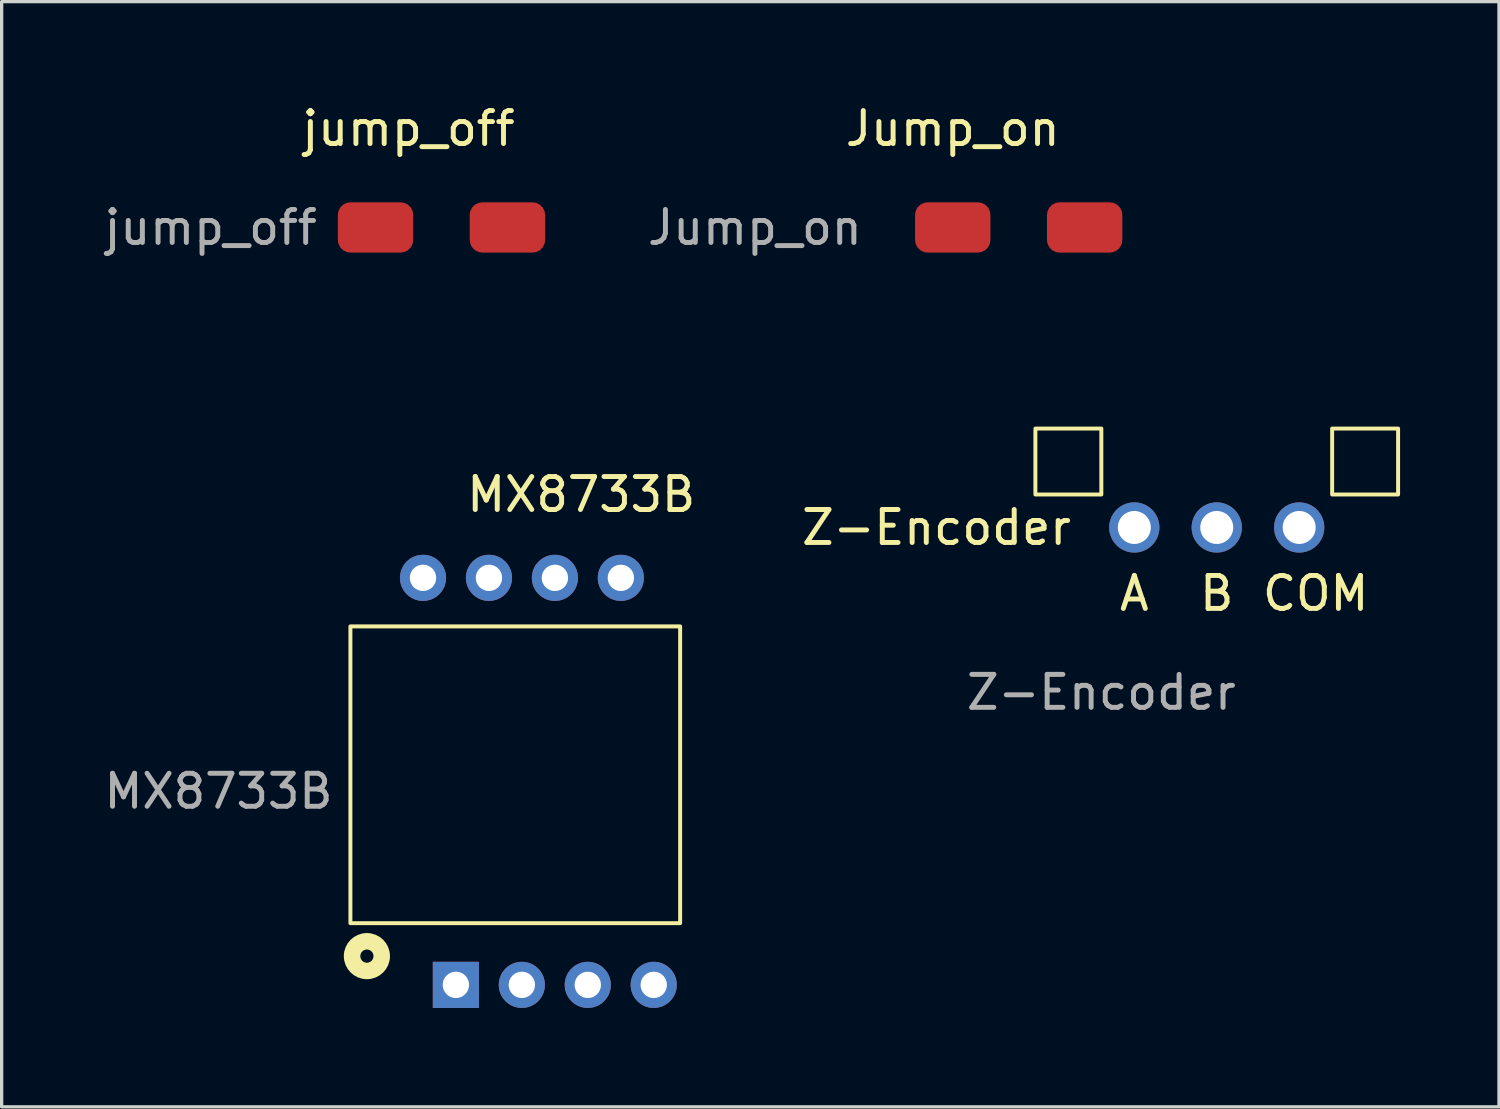
<source format=kicad_pcb>
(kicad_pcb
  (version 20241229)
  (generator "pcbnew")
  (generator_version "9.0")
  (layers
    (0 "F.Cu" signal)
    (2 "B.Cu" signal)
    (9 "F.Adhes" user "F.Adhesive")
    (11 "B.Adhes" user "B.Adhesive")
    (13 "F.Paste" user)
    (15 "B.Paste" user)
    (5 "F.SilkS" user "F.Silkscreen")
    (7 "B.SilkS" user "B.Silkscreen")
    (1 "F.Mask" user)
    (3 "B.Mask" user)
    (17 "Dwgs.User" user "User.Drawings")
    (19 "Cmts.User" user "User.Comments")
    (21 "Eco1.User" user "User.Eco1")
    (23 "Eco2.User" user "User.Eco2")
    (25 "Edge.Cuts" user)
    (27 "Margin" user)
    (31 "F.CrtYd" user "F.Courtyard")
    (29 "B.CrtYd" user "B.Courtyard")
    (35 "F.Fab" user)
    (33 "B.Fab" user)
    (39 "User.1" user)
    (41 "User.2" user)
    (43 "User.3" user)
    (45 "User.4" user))
  (footprint "Jump_on"
    (layer "F.Cu")
    (at 23.845 1.848)
    (property "Reference" "Jump_on" (at 2 -1 0) (unlocked yes) (layer "F.SilkS") (effects (font (size 1 1) (thickness 0.15))))
    (attr smd)
    (fp_text user "${REFERENCE}" (at -4 2 0) (unlocked yes) (layer "F.Fab") (effects (font (size 1 1) (thickness 0.15))))
    (pad "1" smd roundrect (at 2 2) (size 2.286 1.524) (layers "F.Cu" "F.Mask" "F.Paste") (roundrect_rratio 0.25))
    (pad "2" smd roundrect (at 6 2) (size 2.286 1.524) (layers "F.Cu" "F.Mask" "F.Paste") (roundrect_rratio 0.25)))
  (footprint "jump_off"
    (layer "F.Cu")
    (at 5.339 0.848)
    (property "Reference" "jump_off" (at 4 0 0) (unlocked yes) (layer "F.SilkS") (effects (font (size 1 1) (thickness 0.15))))
    (attr smd)
    (fp_text user "${REFERENCE}" (at -2 3 0) (unlocked yes) (layer "F.Fab") (effects (font (size 1 1) (thickness 0.15))))
    (pad "1" smd roundrect (at 3 3) (size 2.286 1.524) (layers "F.Cu" "F.Mask" "F.Paste") (roundrect_rratio 0.25))
    (pad "2" smd roundrect (at 7 3) (size 2.286 1.524) (layers "F.Cu" "F.Mask" "F.Paste") (roundrect_rratio 0.25)))
  (footprint "MX8733B"
    (layer "F.Cu")
    (at 0.577 7.947)
    (property "Reference" "MX8733B" (at 14 4 0) (unlocked yes) (layer "F.SilkS") (effects (font (size 1 1) (thickness 0.15))))
    (attr smd)
    (fp_rect (start 7 17) (end 17 8) (stroke (width 0.12) (type solid)) (fill no) (layer "F.SilkS"))
    (fp_circle (center 7.5 18) (end 7.7 18) (stroke (width 0.5) (type solid)) (fill no) (layer "F.SilkS"))
    (fp_circle (center 11 12.5) (end 14.162 12.5) (stroke (width 0.12) (type solid)) (fill no) (layer "Margin"))
    (fp_text user "${REFERENCE}" (at 3 13 0) (unlocked yes) (layer "F.Fab") (effects (font (size 1 1) (thickness 0.15))))
    (pad "1" thru_hole rect (at 10.199 18.872) (size 1.4 1.4) (drill 0.8) (layers "*.Cu" "*.Mask"))
    (pad "2" thru_hole circle (at 12.199 18.872) (size 1.4 1.4) (drill 0.8) (layers "*.Cu" "*.Mask"))
    (pad "3" thru_hole circle (at 14.199 18.872) (size 1.4 1.4) (drill 0.8) (layers "*.Cu" "*.Mask"))
    (pad "4" thru_hole circle (at 16.199 18.872) (size 1.4 1.4) (drill 0.8) (layers "*.Cu" "*.Mask"))
    (pad "5" thru_hole circle (at 15.202 6.528) (size 1.4 1.4) (drill 0.8) (layers "*.Cu" "*.Mask"))
    (pad "6" thru_hole circle (at 13.202 6.528) (size 1.4 1.4) (drill 0.8) (layers "*.Cu" "*.Mask"))
    (pad "7" thru_hole circle (at 11.202 6.528) (size 1.4 1.4) (drill 0.8) (layers "*.Cu" "*.Mask"))
    (pad "8" thru_hole circle (at 9.202 6.528) (size 1.4 1.4) (drill 0.8) (layers "*.Cu" "*.Mask")))
  (footprint "Z-Encoder"
    (layer "F.Cu")
    (at 27.351 7.947)
    (property "Reference" "Z-Encoder" (at -2 5 0) (unlocked yes) (layer "F.SilkS") (effects (font (size 1 1) (thickness 0.15))))
    (attr through_hole)
    (fp_rect (start 3 4) (end 1 2) (stroke (width 0.12) (type solid)) (fill no) (layer "F.SilkS"))
    (fp_rect (start 10 4) (end 12 2) (stroke (width 0.12) (type solid)) (fill no) (layer "F.SilkS"))
    (fp_text user "COM" (at 9.5 7 0) (unlocked yes) (layer "F.SilkS") (effects (font (size 1 1) (thickness 0.15))))
    (fp_text user "A" (at 4 7 0) (unlocked yes) (layer "F.SilkS") (effects (font (size 1 1) (thickness 0.15))))
    (fp_text user "B" (at 6.5 7 0) (unlocked yes) (layer "F.SilkS") (effects (font (size 1 1) (thickness 0.15))))
    (fp_text user "${REFERENCE}" (at 3 10 0) (unlocked yes) (layer "F.Fab") (effects (font (size 1 1) (thickness 0.15))))
    (pad "1" thru_hole circle (at 4 5) (size 1.524 1.524) (drill 1) (layers "*.Cu" "*.Mask"))
    (pad "2" thru_hole circle (at 6.5 5) (size 1.524 1.524) (drill 1) (layers "*.Cu" "*.Mask"))
    (pad "3" thru_hole circle (at 9 5) (size 1.524 1.524) (drill 1) (layers "*.Cu" "*.Mask")))
  (gr_rect
    (start -3 -3)
    (end 42.411 30.518)
    (stroke (width 0.1) (type default))
    (fill no)
    (layer "Edge.Cuts")))
</source>
